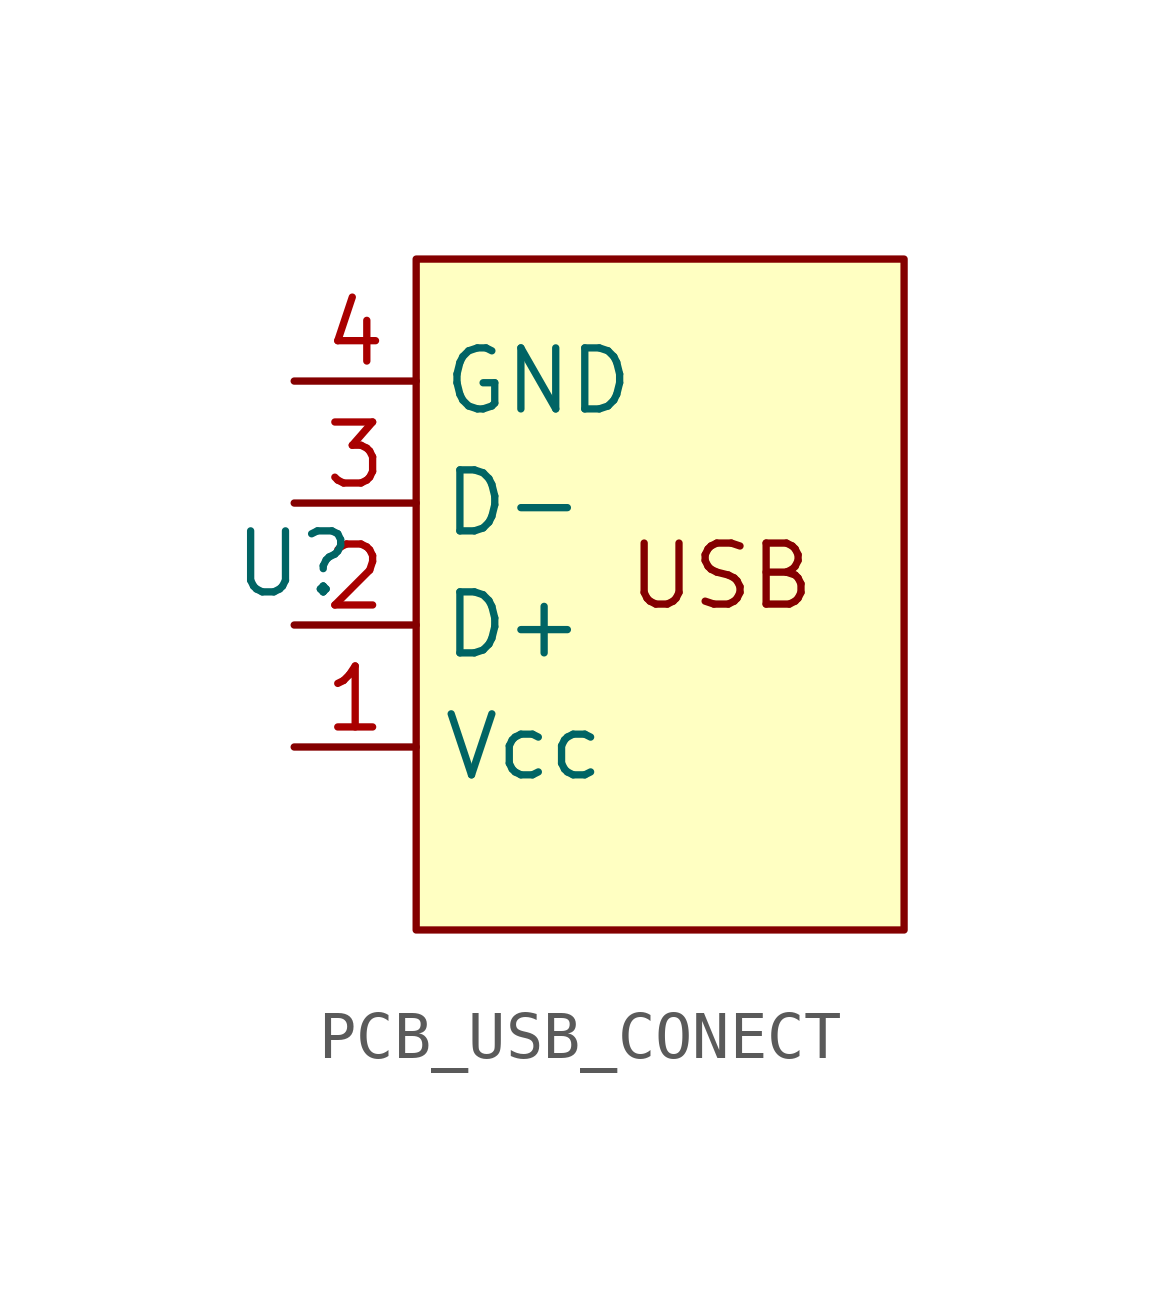
<source format=kicad_sym>
(kicad_symbol_lib
  (version 20241209)
  (generator "kicad_symbol_editor")
  (generator_version "9.0")
  (symbol "PCB_USB_CONECT"
    (property "Reference" "U"
      (at 0 0 0)
      (effects (font (size 1.27 1.27))))
    (property "Value" ""
      (at 0 0 0)
      (effects (font (size 1.27 1.27))))
    (symbol "PCB_USB_CONECT_1_1"
      (rectangle (start 2.54 6.35) (end 12.7 -7.62) (stroke (width 0) (type solid)) (fill (type background)))
      (text "USB" (at 8.89 -0.254 0) (effects (font (size 1.27 1.27))))
      (pin power_in line (at 0 3.81 0) (length 2.54) (name "GND" (effects (font (size 1.27 1.27)))) (number "4" (effects (font (size 1.27 1.27)))))
      (pin bidirectional line (at 0 1.27 0) (length 2.54) (name "D-" (effects (font (size 1.27 1.27)))) (number "3" (effects (font (size 1.27 1.27)))))
      (pin bidirectional line (at 0 -1.27 0) (length 2.54) (name "D+" (effects (font (size 1.27 1.27)))) (number "2" (effects (font (size 1.27 1.27)))))
      (pin power_in line (at 0 -3.81 0) (length 2.54) (name "Vcc" (effects (font (size 1.27 1.27)))) (number "1" (effects (font (size 1.27 1.27))))))))
</source>
